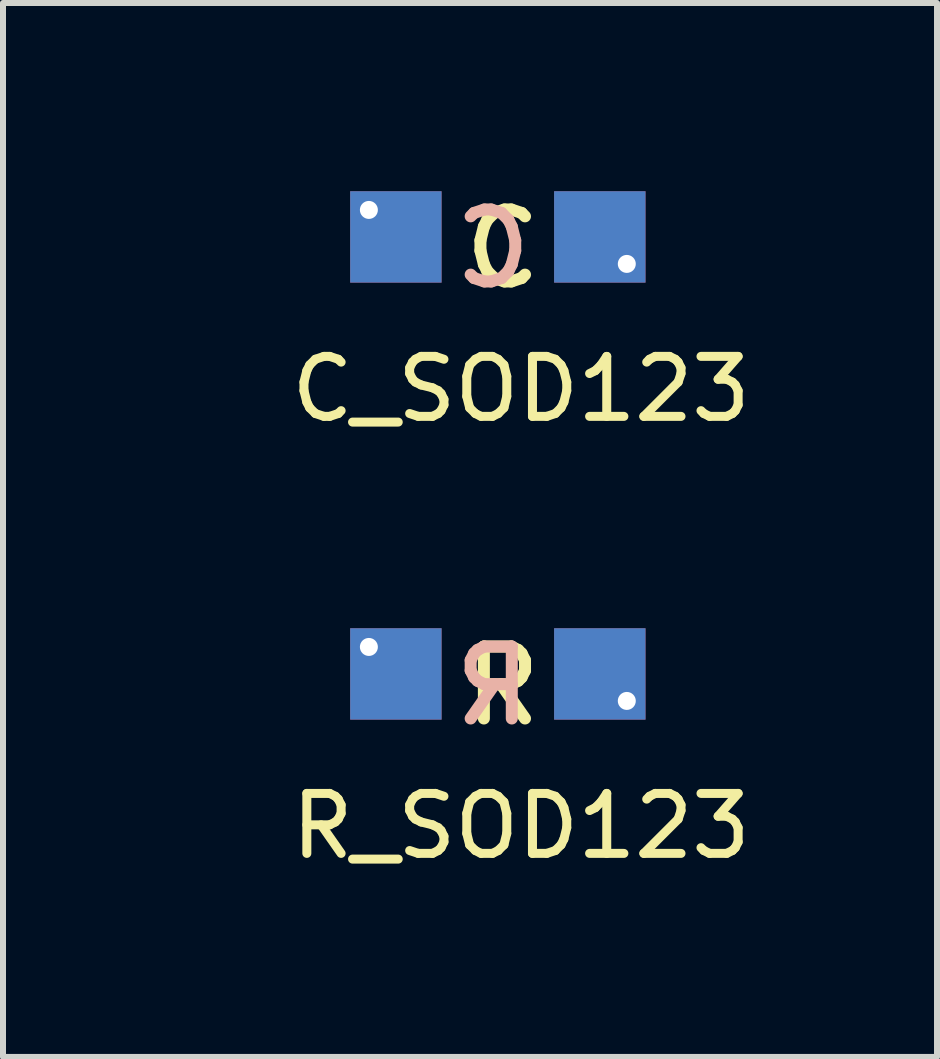
<source format=kicad_pcb>
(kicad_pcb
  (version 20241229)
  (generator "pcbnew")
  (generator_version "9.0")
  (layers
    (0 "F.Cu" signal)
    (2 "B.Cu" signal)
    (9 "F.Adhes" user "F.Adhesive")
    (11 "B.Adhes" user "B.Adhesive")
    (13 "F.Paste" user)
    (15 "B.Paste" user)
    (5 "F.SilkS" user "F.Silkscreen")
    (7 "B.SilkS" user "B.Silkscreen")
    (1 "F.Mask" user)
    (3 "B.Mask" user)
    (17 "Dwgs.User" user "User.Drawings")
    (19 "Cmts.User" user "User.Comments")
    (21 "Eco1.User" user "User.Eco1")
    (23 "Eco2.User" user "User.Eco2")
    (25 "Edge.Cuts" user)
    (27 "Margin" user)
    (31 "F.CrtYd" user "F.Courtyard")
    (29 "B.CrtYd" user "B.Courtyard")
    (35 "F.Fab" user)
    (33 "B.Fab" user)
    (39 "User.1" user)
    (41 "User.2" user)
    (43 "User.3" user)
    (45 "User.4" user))
  (footprint "C_SOD123"
    (layer "F.Cu")
    (at 0.25 0.9)
    (property "Reference" "C_SOD123" (at 5.387 2.537 0) (layer "F.SilkS") (effects (font (size 1 1) (thickness 0.15))))
    (attr through_hole)
    (fp_text user "C" (at 4.35 0.9 0) (unlocked yes) (layer "F.SilkS") (effects (font (size 1.2 1.2) (thickness 0.2) (bold yes)) (justify left bottom)))
    (fp_text user "C" (at 5.65 0.9 0) (unlocked yes) (layer "B.SilkS") (effects (font (size 1.2 1.2) (thickness 0.2) (bold yes)) (justify left bottom mirror)))
    (pad "1" thru_hole circle (at 2.85 -0.45) (size 0.5 0.5) (drill 0.3) (layers "*.Cu" "*.Mask"))
    (pad "1" smd rect (at 3.3 0) (size 1.524 1.524) (layers "F.Cu" "F.Mask" "F.Paste"))
    (pad "1" smd rect (at 3.3 0) (size 1.524 1.524) (layers "B.Cu" "B.Mask" "B.Paste"))
    (pad "2" smd rect (at 6.7 0) (size 1.524 1.524) (layers "F.Cu" "F.Mask" "F.Paste"))
    (pad "2" smd rect (at 6.7 0) (size 1.524 1.524) (layers "B.Cu" "B.Mask" "B.Paste"))
    (pad "2" thru_hole circle (at 7.15 0.45) (size 0.5 0.5) (drill 0.3) (layers "*.Cu" "*.Mask")))
  (footprint "R_SOD123"
    (layer "F.Cu")
    (at 0.25 8.186)
    (property "Reference" "R_SOD123" (at 5.387 2.537 0) (layer "F.SilkS") (effects (font (size 1 1) (thickness 0.15))))
    (attr through_hole)
    (fp_text user "R" (at 4.35 0.9 0) (unlocked yes) (layer "F.SilkS") (effects (font (size 1.2 1.2) (thickness 0.2) (bold yes)) (justify left bottom)))
    (fp_text user "R" (at 5.65 0.9 0) (unlocked yes) (layer "B.SilkS") (effects (font (size 1.2 1.2) (thickness 0.2) (bold yes)) (justify left bottom mirror)))
    (pad "1" thru_hole circle (at 2.85 -0.45) (size 0.5 0.5) (drill 0.3) (layers "*.Cu" "*.Mask"))
    (pad "1" smd rect (at 3.3 0) (size 1.524 1.524) (layers "F.Cu" "F.Mask" "F.Paste"))
    (pad "1" smd rect (at 3.3 0) (size 1.524 1.524) (layers "B.Cu" "B.Mask" "B.Paste"))
    (pad "2" smd rect (at 6.7 0) (size 1.524 1.524) (layers "F.Cu" "F.Mask" "F.Paste"))
    (pad "2" smd rect (at 6.7 0) (size 1.524 1.524) (layers "B.Cu" "B.Mask" "B.Paste"))
    (pad "2" thru_hole circle (at 7.15 0.45) (size 0.5 0.5) (drill 0.3) (layers "*.Cu" "*.Mask")))
  (gr_rect
    (start -3 -3)
    (end 12.572 14.571)
    (stroke (width 0.1) (type default))
    (fill no)
    (layer "Edge.Cuts")))
</source>
